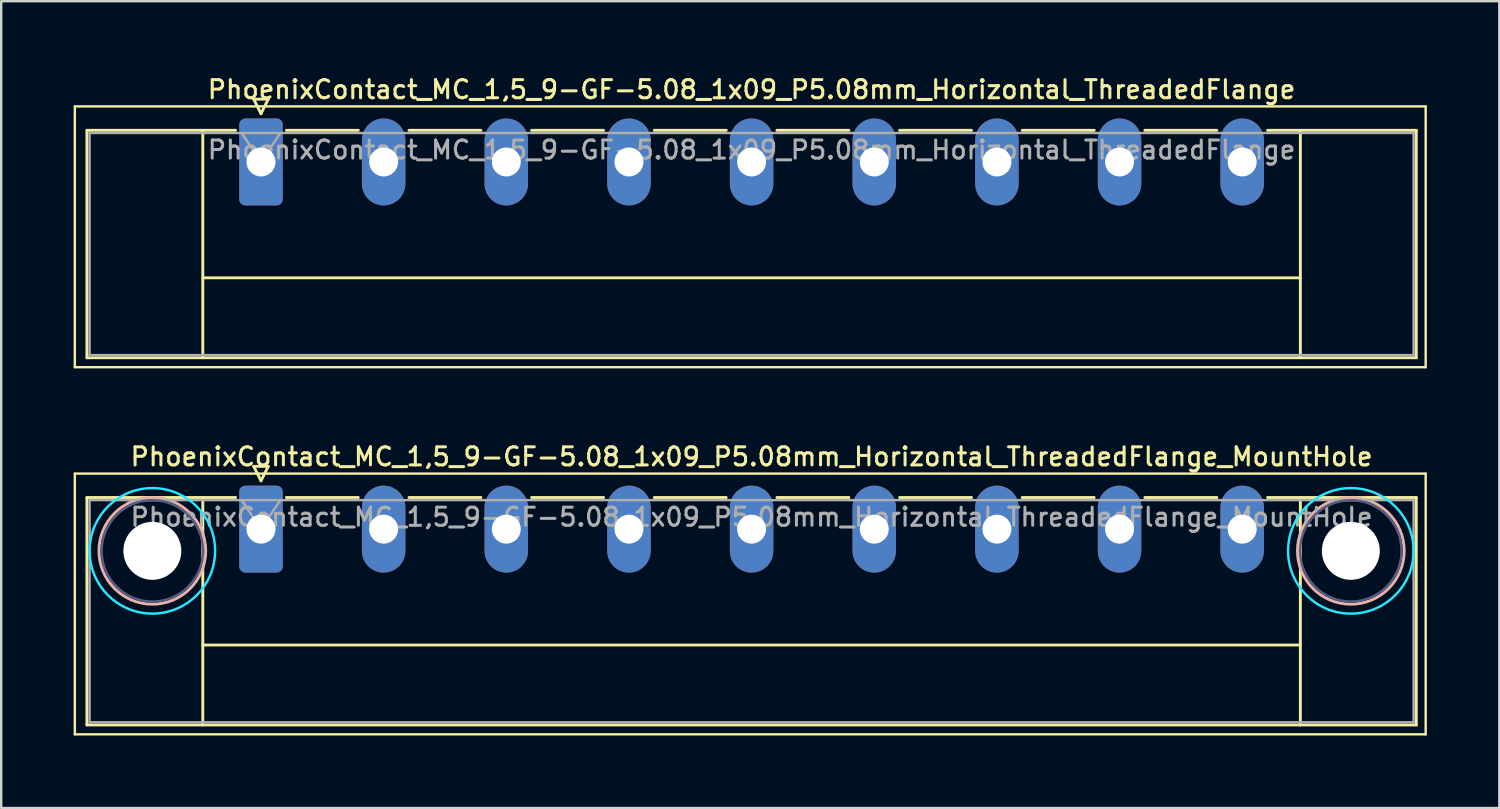
<source format=kicad_pcb>
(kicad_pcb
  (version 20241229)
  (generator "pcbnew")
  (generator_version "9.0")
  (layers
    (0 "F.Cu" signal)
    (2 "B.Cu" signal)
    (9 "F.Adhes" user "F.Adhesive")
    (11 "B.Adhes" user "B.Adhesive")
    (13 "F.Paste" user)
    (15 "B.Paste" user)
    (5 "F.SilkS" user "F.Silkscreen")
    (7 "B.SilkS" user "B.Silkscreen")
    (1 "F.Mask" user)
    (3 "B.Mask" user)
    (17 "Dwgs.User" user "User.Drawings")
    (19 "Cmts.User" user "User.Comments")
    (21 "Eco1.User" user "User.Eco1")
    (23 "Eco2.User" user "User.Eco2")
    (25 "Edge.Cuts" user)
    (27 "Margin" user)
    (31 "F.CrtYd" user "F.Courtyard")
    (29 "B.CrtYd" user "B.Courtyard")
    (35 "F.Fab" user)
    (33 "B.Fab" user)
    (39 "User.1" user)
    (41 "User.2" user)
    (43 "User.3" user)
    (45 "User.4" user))
  (footprint "PhoenixContact_MC_1,5_9-GF-5.08_1x09_P5.08mm_Horizontal_ThreadedFlange_MountHole"
    (layer "F.Cu")
    (at 7.76 18.866)
    (property "Reference" "PhoenixContact_MC_1,5_9-GF-5.08_1x09_P5.08mm_Horizontal_ThreadedFlange_MountHole" (at 20.32 -3 0) (layer "F.SilkS") (effects (font (size 0.75 0.75) (thickness 0.125))))
    (attr through_hole)
    (fp_line (start -7.71 -2.3) (end -7.71 8.5) (stroke (width 0.1) (type solid)) (layer "F.SilkS"))
    (fp_line (start -7.71 8.5) (end 48.24 8.5) (stroke (width 0.1) (type solid)) (layer "F.SilkS"))
    (fp_line (start -7.21 -1.31) (end -7.21 8.11) (stroke (width 0.12) (type solid)) (layer "F.SilkS"))
    (fp_line (start -7.21 -1.31) (end -1.05 -1.31) (stroke (width 0.12) (type solid)) (layer "F.SilkS"))
    (fp_line (start -7.21 8.11) (end 47.85 8.11) (stroke (width 0.12) (type solid)) (layer "F.SilkS"))
    (fp_line (start -2.41 -1.31) (end -2.41 8.11) (stroke (width 0.12) (type solid)) (layer "F.SilkS"))
    (fp_line (start -2.41 4.8) (end 43.05 4.8) (stroke (width 0.12) (type solid)) (layer "F.SilkS"))
    (fp_line (start -0.3 -2.6) (end 0.3 -2.6) (stroke (width 0.12) (type solid)) (layer "F.SilkS"))
    (fp_line (start 0 -2) (end -0.3 -2.6) (stroke (width 0.12) (type solid)) (layer "F.SilkS"))
    (fp_line (start 0.3 -2.6) (end 0 -2) (stroke (width 0.12) (type solid)) (layer "F.SilkS"))
    (fp_line (start 1.05 -1.31) (end 4.03 -1.31) (stroke (width 0.12) (type solid)) (layer "F.SilkS"))
    (fp_line (start 6.13 -1.31) (end 9.11 -1.31) (stroke (width 0.12) (type solid)) (layer "F.SilkS"))
    (fp_line (start 11.21 -1.31) (end 14.19 -1.31) (stroke (width 0.12) (type solid)) (layer "F.SilkS"))
    (fp_line (start 16.29 -1.31) (end 19.27 -1.31) (stroke (width 0.12) (type solid)) (layer "F.SilkS"))
    (fp_line (start 21.37 -1.31) (end 24.35 -1.31) (stroke (width 0.12) (type solid)) (layer "F.SilkS"))
    (fp_line (start 26.45 -1.31) (end 29.43 -1.31) (stroke (width 0.12) (type solid)) (layer "F.SilkS"))
    (fp_line (start 31.53 -1.31) (end 34.51 -1.31) (stroke (width 0.12) (type solid)) (layer "F.SilkS"))
    (fp_line (start 36.61 -1.31) (end 39.59 -1.31) (stroke (width 0.12) (type solid)) (layer "F.SilkS"))
    (fp_line (start 43.05 -1.31) (end 43.05 8.11) (stroke (width 0.12) (type solid)) (layer "F.SilkS"))
    (fp_line (start 47.85 -1.31) (end 41.69 -1.31) (stroke (width 0.12) (type solid)) (layer "F.SilkS"))
    (fp_line (start 47.85 8.11) (end 47.85 -1.31) (stroke (width 0.12) (type solid)) (layer "F.SilkS"))
    (fp_line (start 48.24 -2.3) (end -7.71 -2.3) (stroke (width 0.1) (type solid)) (layer "F.SilkS"))
    (fp_line (start 48.24 8.5) (end 48.24 -2.3) (stroke (width 0.1) (type solid)) (layer "F.SilkS"))
    (fp_circle (center -4.5 0.9) (end -2.29 0.9) (stroke (width 0.12) (type solid)) (fill no) (layer "B.SilkS"))
    (fp_circle (center 45.14 0.9) (end 47.35 0.9) (stroke (width 0.12) (type solid)) (fill no) (layer "B.SilkS"))
    (fp_circle (center -4.5 0.9) (end -1.9 0.9) (stroke (width 0.1) (type solid)) (fill no) (layer "B.CrtYd"))
    (fp_circle (center 45.14 0.9) (end 47.74 0.9) (stroke (width 0.1) (type solid)) (fill no) (layer "B.CrtYd"))
    (fp_circle (center -4.5 0.9) (end -2.4 0.9) (stroke (width 0.1) (type solid)) (fill no) (layer "B.Fab"))
    (fp_circle (center 45.14 0.9) (end 47.24 0.9) (stroke (width 0.1) (type solid)) (fill no) (layer "B.Fab"))
    (fp_line (start -7.1 -1.2) (end -7.1 8) (stroke (width 0.1) (type solid)) (layer "F.Fab"))
    (fp_line (start -7.1 8) (end 47.74 8) (stroke (width 0.1) (type solid)) (layer "F.Fab"))
    (fp_line (start 0 0) (end -0.8 -1.2) (stroke (width 0.1) (type solid)) (layer "F.Fab"))
    (fp_line (start 0.8 -1.2) (end 0 0) (stroke (width 0.1) (type solid)) (layer "F.Fab"))
    (fp_line (start 47.74 -1.2) (end -7.1 -1.2) (stroke (width 0.1) (type solid)) (layer "F.Fab"))
    (fp_line (start 47.74 8) (end 47.74 -1.2) (stroke (width 0.1) (type solid)) (layer "F.Fab"))
    (fp_text user "${REFERENCE}" (at 20.32 -0.5 0) (layer "F.Fab") (effects (font (size 0.75 0.75) (thickness 0.125))))
    (pad "" np_thru_hole circle (at -4.5 0.9) (size 2.4 2.4) (drill 2.4) (layers "*.Cu" "*.Mask"))
    (pad "" np_thru_hole circle (at 45.14 0.9) (size 2.4 2.4) (drill 2.4) (layers "*.Cu" "*.Mask"))
    (pad "1" thru_hole roundrect (at 0 0) (size 1.8 3.6) (drill 1.2) (layers "*.Cu" "*.Mask") (roundrect_rratio 0.139))
    (pad "2" thru_hole oval (at 5.08 0) (size 1.8 3.6) (drill 1.2) (layers "*.Cu" "*.Mask"))
    (pad "3" thru_hole oval (at 10.16 0) (size 1.8 3.6) (drill 1.2) (layers "*.Cu" "*.Mask"))
    (pad "4" thru_hole oval (at 15.24 0) (size 1.8 3.6) (drill 1.2) (layers "*.Cu" "*.Mask"))
    (pad "5" thru_hole oval (at 20.32 0) (size 1.8 3.6) (drill 1.2) (layers "*.Cu" "*.Mask"))
    (pad "6" thru_hole oval (at 25.4 0) (size 1.8 3.6) (drill 1.2) (layers "*.Cu" "*.Mask"))
    (pad "7" thru_hole oval (at 30.48 0) (size 1.8 3.6) (drill 1.2) (layers "*.Cu" "*.Mask"))
    (pad "8" thru_hole oval (at 35.56 0) (size 1.8 3.6) (drill 1.2) (layers "*.Cu" "*.Mask"))
    (pad "9" thru_hole oval (at 40.64 0) (size 1.8 3.6) (drill 1.2) (layers "*.Cu" "*.Mask")))
  (footprint "PhoenixContact_MC_1,5_9-GF-5.08_1x09_P5.08mm_Horizontal_ThreadedFlange"
    (layer "F.Cu")
    (at 7.76 3.658)
    (property "Reference" "PhoenixContact_MC_1,5_9-GF-5.08_1x09_P5.08mm_Horizontal_ThreadedFlange" (at 20.32 -3 0) (layer "F.SilkS") (effects (font (size 0.75 0.75) (thickness 0.125))))
    (attr through_hole)
    (fp_line (start -7.71 -2.3) (end -7.71 8.5) (stroke (width 0.1) (type solid)) (layer "F.SilkS"))
    (fp_line (start -7.71 8.5) (end 48.24 8.5) (stroke (width 0.1) (type solid)) (layer "F.SilkS"))
    (fp_line (start -7.21 -1.31) (end -7.21 8.11) (stroke (width 0.12) (type solid)) (layer "F.SilkS"))
    (fp_line (start -7.21 -1.31) (end -1.05 -1.31) (stroke (width 0.12) (type solid)) (layer "F.SilkS"))
    (fp_line (start -7.21 8.11) (end 47.85 8.11) (stroke (width 0.12) (type solid)) (layer "F.SilkS"))
    (fp_line (start -2.41 -1.31) (end -2.41 8.11) (stroke (width 0.12) (type solid)) (layer "F.SilkS"))
    (fp_line (start -2.41 4.8) (end 43.05 4.8) (stroke (width 0.12) (type solid)) (layer "F.SilkS"))
    (fp_line (start -0.3 -2.6) (end 0.3 -2.6) (stroke (width 0.12) (type solid)) (layer "F.SilkS"))
    (fp_line (start 0 -2) (end -0.3 -2.6) (stroke (width 0.12) (type solid)) (layer "F.SilkS"))
    (fp_line (start 0.3 -2.6) (end 0 -2) (stroke (width 0.12) (type solid)) (layer "F.SilkS"))
    (fp_line (start 1.05 -1.31) (end 4.03 -1.31) (stroke (width 0.12) (type solid)) (layer "F.SilkS"))
    (fp_line (start 6.13 -1.31) (end 9.11 -1.31) (stroke (width 0.12) (type solid)) (layer "F.SilkS"))
    (fp_line (start 11.21 -1.31) (end 14.19 -1.31) (stroke (width 0.12) (type solid)) (layer "F.SilkS"))
    (fp_line (start 16.29 -1.31) (end 19.27 -1.31) (stroke (width 0.12) (type solid)) (layer "F.SilkS"))
    (fp_line (start 21.37 -1.31) (end 24.35 -1.31) (stroke (width 0.12) (type solid)) (layer "F.SilkS"))
    (fp_line (start 26.45 -1.31) (end 29.43 -1.31) (stroke (width 0.12) (type solid)) (layer "F.SilkS"))
    (fp_line (start 31.53 -1.31) (end 34.51 -1.31) (stroke (width 0.12) (type solid)) (layer "F.SilkS"))
    (fp_line (start 36.61 -1.31) (end 39.59 -1.31) (stroke (width 0.12) (type solid)) (layer "F.SilkS"))
    (fp_line (start 43.05 -1.31) (end 43.05 8.11) (stroke (width 0.12) (type solid)) (layer "F.SilkS"))
    (fp_line (start 47.85 -1.31) (end 41.69 -1.31) (stroke (width 0.12) (type solid)) (layer "F.SilkS"))
    (fp_line (start 47.85 8.11) (end 47.85 -1.31) (stroke (width 0.12) (type solid)) (layer "F.SilkS"))
    (fp_line (start 48.24 -2.3) (end -7.71 -2.3) (stroke (width 0.1) (type solid)) (layer "F.SilkS"))
    (fp_line (start 48.24 8.5) (end 48.24 -2.3) (stroke (width 0.1) (type solid)) (layer "F.SilkS"))
    (fp_line (start -7.1 -1.2) (end -7.1 8) (stroke (width 0.1) (type solid)) (layer "F.Fab"))
    (fp_line (start -7.1 8) (end 47.74 8) (stroke (width 0.1) (type solid)) (layer "F.Fab"))
    (fp_line (start 0 0) (end -0.8 -1.2) (stroke (width 0.1) (type solid)) (layer "F.Fab"))
    (fp_line (start 0.8 -1.2) (end 0 0) (stroke (width 0.1) (type solid)) (layer "F.Fab"))
    (fp_line (start 47.74 -1.2) (end -7.1 -1.2) (stroke (width 0.1) (type solid)) (layer "F.Fab"))
    (fp_line (start 47.74 8) (end 47.74 -1.2) (stroke (width 0.1) (type solid)) (layer "F.Fab"))
    (fp_text user "${REFERENCE}" (at 20.32 -0.5 0) (layer "F.Fab") (effects (font (size 0.75 0.75) (thickness 0.125))))
    (pad "1" thru_hole roundrect (at 0 0) (size 1.8 3.6) (drill 1.2) (layers "*.Cu" "*.Mask") (roundrect_rratio 0.139))
    (pad "2" thru_hole oval (at 5.08 0) (size 1.8 3.6) (drill 1.2) (layers "*.Cu" "*.Mask"))
    (pad "3" thru_hole oval (at 10.16 0) (size 1.8 3.6) (drill 1.2) (layers "*.Cu" "*.Mask"))
    (pad "4" thru_hole oval (at 15.24 0) (size 1.8 3.6) (drill 1.2) (layers "*.Cu" "*.Mask"))
    (pad "5" thru_hole oval (at 20.32 0) (size 1.8 3.6) (drill 1.2) (layers "*.Cu" "*.Mask"))
    (pad "6" thru_hole oval (at 25.4 0) (size 1.8 3.6) (drill 1.2) (layers "*.Cu" "*.Mask"))
    (pad "7" thru_hole oval (at 30.48 0) (size 1.8 3.6) (drill 1.2) (layers "*.Cu" "*.Mask"))
    (pad "8" thru_hole oval (at 35.56 0) (size 1.8 3.6) (drill 1.2) (layers "*.Cu" "*.Mask"))
    (pad "9" thru_hole oval (at 40.64 0) (size 1.8 3.6) (drill 1.2) (layers "*.Cu" "*.Mask")))
  (gr_rect
    (start -3 -3)
    (end 59.05 30.416)
    (stroke (width 0.1) (type default))
    (fill no)
    (layer "Edge.Cuts")))
</source>
